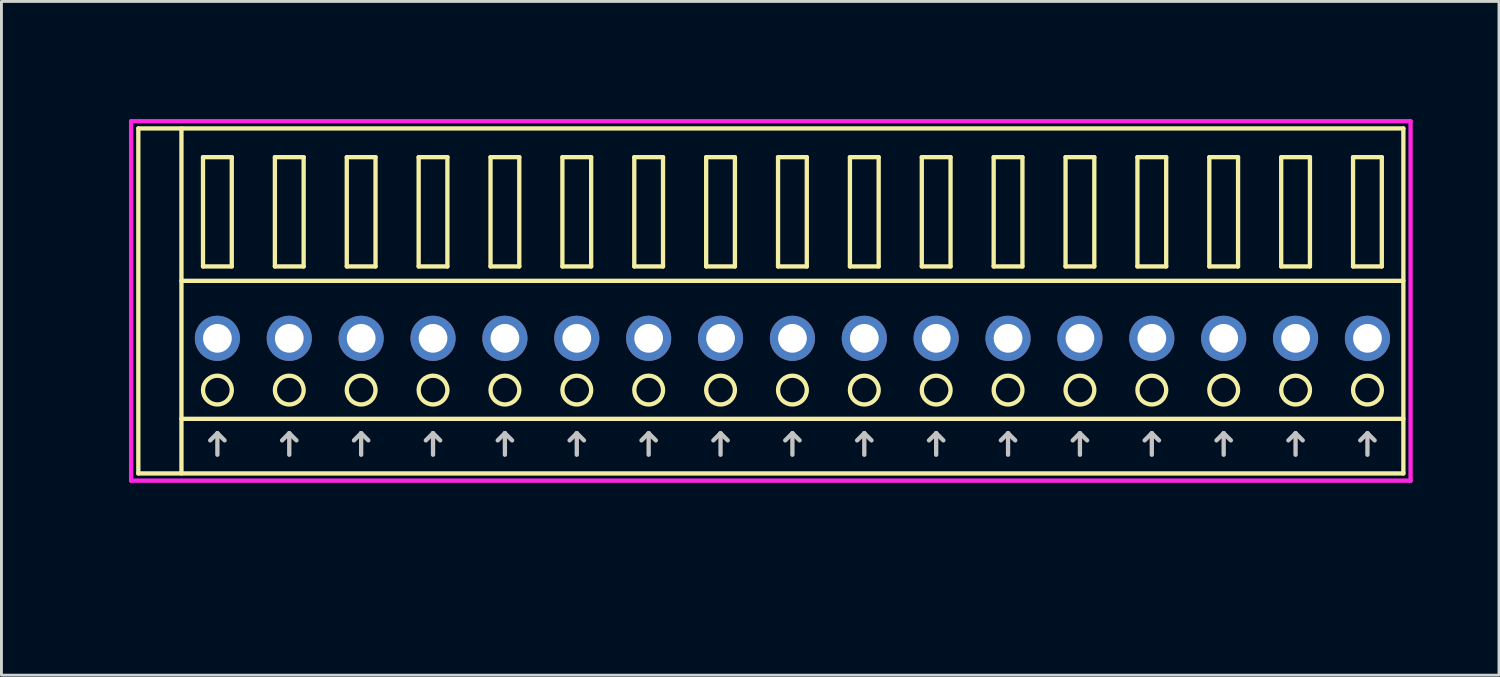
<source format=kicad_pcb>
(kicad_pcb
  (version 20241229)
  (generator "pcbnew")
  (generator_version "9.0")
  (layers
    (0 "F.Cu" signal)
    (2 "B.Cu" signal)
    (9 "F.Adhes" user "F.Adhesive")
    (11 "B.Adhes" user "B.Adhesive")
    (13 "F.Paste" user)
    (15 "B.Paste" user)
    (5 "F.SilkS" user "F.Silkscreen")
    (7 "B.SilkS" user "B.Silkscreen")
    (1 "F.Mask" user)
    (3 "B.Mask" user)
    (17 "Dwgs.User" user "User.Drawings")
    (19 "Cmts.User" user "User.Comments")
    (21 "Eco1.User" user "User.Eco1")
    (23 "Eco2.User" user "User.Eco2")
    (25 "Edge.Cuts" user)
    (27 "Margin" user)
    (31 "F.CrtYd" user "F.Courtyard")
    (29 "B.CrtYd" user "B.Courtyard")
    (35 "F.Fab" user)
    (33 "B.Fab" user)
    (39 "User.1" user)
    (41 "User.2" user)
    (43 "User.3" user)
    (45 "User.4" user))
  (footprint "COMBICON_HDR250P17"
    (layer "F.Cu")
    (at 24.511 8.717)
    (property "Reference" "COMBICON_HDR250P17" (at -23.75 0 90) (layer "User.1") (effects (font (size 1 1) (thickness 0.1))))
    (attr through_hole)
    (fp_line (start -22.75 -7.3) (end -22.75 4.7) (stroke (width 0.15) (type solid)) (layer "F.SilkS"))
    (fp_line (start -22.75 4.7) (end 21.25 4.7) (stroke (width 0.15) (type solid)) (layer "F.SilkS"))
    (fp_line (start -21.25 -2) (end 21.25 -2) (stroke (width 0.15) (type solid)) (layer "F.SilkS"))
    (fp_line (start -21.25 2.8) (end 21.25 2.8) (stroke (width 0.15) (type solid)) (layer "F.SilkS"))
    (fp_line (start -21.25 4.7) (end -21.25 -7.3) (stroke (width 0.15) (type solid)) (layer "F.SilkS"))
    (fp_line (start -20.5 -6.3) (end -20.5 -2.5) (stroke (width 0.15) (type solid)) (layer "F.SilkS"))
    (fp_line (start -20.5 -2.5) (end -19.5 -2.5) (stroke (width 0.15) (type solid)) (layer "F.SilkS"))
    (fp_line (start -19.5 -6.3) (end -20.5 -6.3) (stroke (width 0.15) (type solid)) (layer "F.SilkS"))
    (fp_line (start -19.5 -2.5) (end -19.5 -6.3) (stroke (width 0.15) (type solid)) (layer "F.SilkS"))
    (fp_line (start -18 -6.3) (end -18 -2.5) (stroke (width 0.15) (type solid)) (layer "F.SilkS"))
    (fp_line (start -18 -2.5) (end -17 -2.5) (stroke (width 0.15) (type solid)) (layer "F.SilkS"))
    (fp_line (start -17 -6.3) (end -18 -6.3) (stroke (width 0.15) (type solid)) (layer "F.SilkS"))
    (fp_line (start -17 -2.5) (end -17 -6.3) (stroke (width 0.15) (type solid)) (layer "F.SilkS"))
    (fp_line (start -15.5 -6.3) (end -15.5 -2.5) (stroke (width 0.15) (type solid)) (layer "F.SilkS"))
    (fp_line (start -15.5 -2.5) (end -14.5 -2.5) (stroke (width 0.15) (type solid)) (layer "F.SilkS"))
    (fp_line (start -14.5 -6.3) (end -15.5 -6.3) (stroke (width 0.15) (type solid)) (layer "F.SilkS"))
    (fp_line (start -14.5 -2.5) (end -14.5 -6.3) (stroke (width 0.15) (type solid)) (layer "F.SilkS"))
    (fp_line (start -13 -6.3) (end -13 -2.5) (stroke (width 0.15) (type solid)) (layer "F.SilkS"))
    (fp_line (start -13 -2.5) (end -12 -2.5) (stroke (width 0.15) (type solid)) (layer "F.SilkS"))
    (fp_line (start -12 -6.3) (end -13 -6.3) (stroke (width 0.15) (type solid)) (layer "F.SilkS"))
    (fp_line (start -12 -2.5) (end -12 -6.3) (stroke (width 0.15) (type solid)) (layer "F.SilkS"))
    (fp_line (start -10.5 -6.3) (end -10.5 -2.5) (stroke (width 0.15) (type solid)) (layer "F.SilkS"))
    (fp_line (start -10.5 -2.5) (end -9.5 -2.5) (stroke (width 0.15) (type solid)) (layer "F.SilkS"))
    (fp_line (start -9.5 -6.3) (end -10.5 -6.3) (stroke (width 0.15) (type solid)) (layer "F.SilkS"))
    (fp_line (start -9.5 -2.5) (end -9.5 -6.3) (stroke (width 0.15) (type solid)) (layer "F.SilkS"))
    (fp_line (start -8 -6.3) (end -8 -2.5) (stroke (width 0.15) (type solid)) (layer "F.SilkS"))
    (fp_line (start -8 -2.5) (end -7 -2.5) (stroke (width 0.15) (type solid)) (layer "F.SilkS"))
    (fp_line (start -7 -6.3) (end -8 -6.3) (stroke (width 0.15) (type solid)) (layer "F.SilkS"))
    (fp_line (start -7 -2.5) (end -7 -6.3) (stroke (width 0.15) (type solid)) (layer "F.SilkS"))
    (fp_line (start -5.5 -6.3) (end -5.5 -2.5) (stroke (width 0.15) (type solid)) (layer "F.SilkS"))
    (fp_line (start -5.5 -2.5) (end -4.5 -2.5) (stroke (width 0.15) (type solid)) (layer "F.SilkS"))
    (fp_line (start -4.5 -6.3) (end -5.5 -6.3) (stroke (width 0.15) (type solid)) (layer "F.SilkS"))
    (fp_line (start -4.5 -2.5) (end -4.5 -6.3) (stroke (width 0.15) (type solid)) (layer "F.SilkS"))
    (fp_line (start -3 -6.3) (end -3 -2.5) (stroke (width 0.15) (type solid)) (layer "F.SilkS"))
    (fp_line (start -3 -2.5) (end -2 -2.5) (stroke (width 0.15) (type solid)) (layer "F.SilkS"))
    (fp_line (start -2 -6.3) (end -3 -6.3) (stroke (width 0.15) (type solid)) (layer "F.SilkS"))
    (fp_line (start -2 -2.5) (end -2 -6.3) (stroke (width 0.15) (type solid)) (layer "F.SilkS"))
    (fp_line (start -0.5 -6.3) (end -0.5 -2.5) (stroke (width 0.15) (type solid)) (layer "F.SilkS"))
    (fp_line (start -0.5 -2.5) (end 0.5 -2.5) (stroke (width 0.15) (type solid)) (layer "F.SilkS"))
    (fp_line (start 0.5 -6.3) (end -0.5 -6.3) (stroke (width 0.15) (type solid)) (layer "F.SilkS"))
    (fp_line (start 0.5 -2.5) (end 0.5 -6.3) (stroke (width 0.15) (type solid)) (layer "F.SilkS"))
    (fp_line (start 2 -6.3) (end 2 -2.5) (stroke (width 0.15) (type solid)) (layer "F.SilkS"))
    (fp_line (start 2 -2.5) (end 3 -2.5) (stroke (width 0.15) (type solid)) (layer "F.SilkS"))
    (fp_line (start 3 -6.3) (end 2 -6.3) (stroke (width 0.15) (type solid)) (layer "F.SilkS"))
    (fp_line (start 3 -2.5) (end 3 -6.3) (stroke (width 0.15) (type solid)) (layer "F.SilkS"))
    (fp_line (start 4.5 -6.3) (end 4.5 -2.5) (stroke (width 0.15) (type solid)) (layer "F.SilkS"))
    (fp_line (start 4.5 -2.5) (end 5.5 -2.5) (stroke (width 0.15) (type solid)) (layer "F.SilkS"))
    (fp_line (start 5.5 -6.3) (end 4.5 -6.3) (stroke (width 0.15) (type solid)) (layer "F.SilkS"))
    (fp_line (start 5.5 -2.5) (end 5.5 -6.3) (stroke (width 0.15) (type solid)) (layer "F.SilkS"))
    (fp_line (start 7 -6.3) (end 7 -2.5) (stroke (width 0.15) (type solid)) (layer "F.SilkS"))
    (fp_line (start 7 -2.5) (end 8 -2.5) (stroke (width 0.15) (type solid)) (layer "F.SilkS"))
    (fp_line (start 8 -6.3) (end 7 -6.3) (stroke (width 0.15) (type solid)) (layer "F.SilkS"))
    (fp_line (start 8 -2.5) (end 8 -6.3) (stroke (width 0.15) (type solid)) (layer "F.SilkS"))
    (fp_line (start 9.5 -6.3) (end 9.5 -2.5) (stroke (width 0.15) (type solid)) (layer "F.SilkS"))
    (fp_line (start 9.5 -2.5) (end 10.5 -2.5) (stroke (width 0.15) (type solid)) (layer "F.SilkS"))
    (fp_line (start 10.5 -6.3) (end 9.5 -6.3) (stroke (width 0.15) (type solid)) (layer "F.SilkS"))
    (fp_line (start 10.5 -2.5) (end 10.5 -6.3) (stroke (width 0.15) (type solid)) (layer "F.SilkS"))
    (fp_line (start 12 -6.3) (end 12 -2.5) (stroke (width 0.15) (type solid)) (layer "F.SilkS"))
    (fp_line (start 12 -2.5) (end 13 -2.5) (stroke (width 0.15) (type solid)) (layer "F.SilkS"))
    (fp_line (start 13 -6.3) (end 12 -6.3) (stroke (width 0.15) (type solid)) (layer "F.SilkS"))
    (fp_line (start 13 -2.5) (end 13 -6.3) (stroke (width 0.15) (type solid)) (layer "F.SilkS"))
    (fp_line (start 14.5 -6.3) (end 14.5 -2.5) (stroke (width 0.15) (type solid)) (layer "F.SilkS"))
    (fp_line (start 14.5 -2.5) (end 15.5 -2.5) (stroke (width 0.15) (type solid)) (layer "F.SilkS"))
    (fp_line (start 15.5 -6.3) (end 14.5 -6.3) (stroke (width 0.15) (type solid)) (layer "F.SilkS"))
    (fp_line (start 15.5 -2.5) (end 15.5 -6.3) (stroke (width 0.15) (type solid)) (layer "F.SilkS"))
    (fp_line (start 17 -6.3) (end 17 -2.5) (stroke (width 0.15) (type solid)) (layer "F.SilkS"))
    (fp_line (start 17 -2.5) (end 18 -2.5) (stroke (width 0.15) (type solid)) (layer "F.SilkS"))
    (fp_line (start 18 -6.3) (end 17 -6.3) (stroke (width 0.15) (type solid)) (layer "F.SilkS"))
    (fp_line (start 18 -2.5) (end 18 -6.3) (stroke (width 0.15) (type solid)) (layer "F.SilkS"))
    (fp_line (start 19.5 -6.3) (end 19.5 -2.5) (stroke (width 0.15) (type solid)) (layer "F.SilkS"))
    (fp_line (start 19.5 -2.5) (end 20.5 -2.5) (stroke (width 0.15) (type solid)) (layer "F.SilkS"))
    (fp_line (start 20.5 -6.3) (end 19.5 -6.3) (stroke (width 0.15) (type solid)) (layer "F.SilkS"))
    (fp_line (start 20.5 -2.5) (end 20.5 -6.3) (stroke (width 0.15) (type solid)) (layer "F.SilkS"))
    (fp_line (start 21.25 -7.3) (end -22.75 -7.3) (stroke (width 0.15) (type solid)) (layer "F.SilkS"))
    (fp_line (start 21.25 4.7) (end 21.25 -7.3) (stroke (width 0.15) (type solid)) (layer "F.SilkS"))
    (fp_circle (center -20 1.8) (end -19.5 1.8) (stroke (width 0.15) (type solid)) (fill no) (layer "F.SilkS"))
    (fp_circle (center -17.5 1.8) (end -17 1.8) (stroke (width 0.15) (type solid)) (fill no) (layer "F.SilkS"))
    (fp_circle (center -15 1.8) (end -14.5 1.8) (stroke (width 0.15) (type solid)) (fill no) (layer "F.SilkS"))
    (fp_circle (center -12.5 1.8) (end -12 1.8) (stroke (width 0.15) (type solid)) (fill no) (layer "F.SilkS"))
    (fp_circle (center -10 1.8) (end -9.5 1.8) (stroke (width 0.15) (type solid)) (fill no) (layer "F.SilkS"))
    (fp_circle (center -7.5 1.8) (end -7 1.8) (stroke (width 0.15) (type solid)) (fill no) (layer "F.SilkS"))
    (fp_circle (center -5 1.8) (end -4.5 1.8) (stroke (width 0.15) (type solid)) (fill no) (layer "F.SilkS"))
    (fp_circle (center -2.5 1.8) (end -2 1.8) (stroke (width 0.15) (type solid)) (fill no) (layer "F.SilkS"))
    (fp_circle (center 0 1.8) (end 0.5 1.8) (stroke (width 0.15) (type solid)) (fill no) (layer "F.SilkS"))
    (fp_circle (center 2.5 1.8) (end 3 1.8) (stroke (width 0.15) (type solid)) (fill no) (layer "F.SilkS"))
    (fp_circle (center 5 1.8) (end 5.5 1.8) (stroke (width 0.15) (type solid)) (fill no) (layer "F.SilkS"))
    (fp_circle (center 7.5 1.8) (end 8 1.8) (stroke (width 0.15) (type solid)) (fill no) (layer "F.SilkS"))
    (fp_circle (center 10 1.8) (end 10.5 1.8) (stroke (width 0.15) (type solid)) (fill no) (layer "F.SilkS"))
    (fp_circle (center 12.5 1.8) (end 13 1.8) (stroke (width 0.15) (type solid)) (fill no) (layer "F.SilkS"))
    (fp_circle (center 15 1.8) (end 15.5 1.8) (stroke (width 0.15) (type solid)) (fill no) (layer "F.SilkS"))
    (fp_circle (center 17.5 1.8) (end 18 1.8) (stroke (width 0.15) (type solid)) (fill no) (layer "F.SilkS"))
    (fp_circle (center 20 1.8) (end 20.5 1.8) (stroke (width 0.15) (type solid)) (fill no) (layer "F.SilkS"))
    (fp_line (start -20.25 3.55) (end -20 3.3) (stroke (width 0.15) (type solid)) (layer "Dwgs.User"))
    (fp_line (start -20 4.05) (end -20 3.3) (stroke (width 0.15) (type solid)) (layer "Dwgs.User"))
    (fp_line (start -19.75 3.55) (end -20 3.3) (stroke (width 0.15) (type solid)) (layer "Dwgs.User"))
    (fp_line (start -17.75 3.55) (end -17.5 3.3) (stroke (width 0.15) (type solid)) (layer "Dwgs.User"))
    (fp_line (start -17.5 4.05) (end -17.5 3.3) (stroke (width 0.15) (type solid)) (layer "Dwgs.User"))
    (fp_line (start -17.25 3.55) (end -17.5 3.3) (stroke (width 0.15) (type solid)) (layer "Dwgs.User"))
    (fp_line (start -15.25 3.55) (end -15 3.3) (stroke (width 0.15) (type solid)) (layer "Dwgs.User"))
    (fp_line (start -15 4.05) (end -15 3.3) (stroke (width 0.15) (type solid)) (layer "Dwgs.User"))
    (fp_line (start -14.75 3.55) (end -15 3.3) (stroke (width 0.15) (type solid)) (layer "Dwgs.User"))
    (fp_line (start -12.75 3.55) (end -12.5 3.3) (stroke (width 0.15) (type solid)) (layer "Dwgs.User"))
    (fp_line (start -12.5 4.05) (end -12.5 3.3) (stroke (width 0.15) (type solid)) (layer "Dwgs.User"))
    (fp_line (start -12.25 3.55) (end -12.5 3.3) (stroke (width 0.15) (type solid)) (layer "Dwgs.User"))
    (fp_line (start -10.25 3.55) (end -10 3.3) (stroke (width 0.15) (type solid)) (layer "Dwgs.User"))
    (fp_line (start -10 4.05) (end -10 3.3) (stroke (width 0.15) (type solid)) (layer "Dwgs.User"))
    (fp_line (start -9.75 3.55) (end -10 3.3) (stroke (width 0.15) (type solid)) (layer "Dwgs.User"))
    (fp_line (start -7.75 3.55) (end -7.5 3.3) (stroke (width 0.15) (type solid)) (layer "Dwgs.User"))
    (fp_line (start -7.5 4.05) (end -7.5 3.3) (stroke (width 0.15) (type solid)) (layer "Dwgs.User"))
    (fp_line (start -7.25 3.55) (end -7.5 3.3) (stroke (width 0.15) (type solid)) (layer "Dwgs.User"))
    (fp_line (start -5.25 3.55) (end -5 3.3) (stroke (width 0.15) (type solid)) (layer "Dwgs.User"))
    (fp_line (start -5 4.05) (end -5 3.3) (stroke (width 0.15) (type solid)) (layer "Dwgs.User"))
    (fp_line (start -4.75 3.55) (end -5 3.3) (stroke (width 0.15) (type solid)) (layer "Dwgs.User"))
    (fp_line (start -2.75 3.55) (end -2.5 3.3) (stroke (width 0.15) (type solid)) (layer "Dwgs.User"))
    (fp_line (start -2.5 4.05) (end -2.5 3.3) (stroke (width 0.15) (type solid)) (layer "Dwgs.User"))
    (fp_line (start -2.25 3.55) (end -2.5 3.3) (stroke (width 0.15) (type solid)) (layer "Dwgs.User"))
    (fp_line (start -0.25 3.55) (end 0 3.3) (stroke (width 0.15) (type solid)) (layer "Dwgs.User"))
    (fp_line (start 0 4.05) (end 0 3.3) (stroke (width 0.15) (type solid)) (layer "Dwgs.User"))
    (fp_line (start 0.25 3.55) (end 0 3.3) (stroke (width 0.15) (type solid)) (layer "Dwgs.User"))
    (fp_line (start 2.25 3.55) (end 2.5 3.3) (stroke (width 0.15) (type solid)) (layer "Dwgs.User"))
    (fp_line (start 2.5 4.05) (end 2.5 3.3) (stroke (width 0.15) (type solid)) (layer "Dwgs.User"))
    (fp_line (start 2.75 3.55) (end 2.5 3.3) (stroke (width 0.15) (type solid)) (layer "Dwgs.User"))
    (fp_line (start 4.75 3.55) (end 5 3.3) (stroke (width 0.15) (type solid)) (layer "Dwgs.User"))
    (fp_line (start 5 4.05) (end 5 3.3) (stroke (width 0.15) (type solid)) (layer "Dwgs.User"))
    (fp_line (start 5.25 3.55) (end 5 3.3) (stroke (width 0.15) (type solid)) (layer "Dwgs.User"))
    (fp_line (start 7.25 3.55) (end 7.5 3.3) (stroke (width 0.15) (type solid)) (layer "Dwgs.User"))
    (fp_line (start 7.5 4.05) (end 7.5 3.3) (stroke (width 0.15) (type solid)) (layer "Dwgs.User"))
    (fp_line (start 7.75 3.55) (end 7.5 3.3) (stroke (width 0.15) (type solid)) (layer "Dwgs.User"))
    (fp_line (start 9.75 3.55) (end 10 3.3) (stroke (width 0.15) (type solid)) (layer "Dwgs.User"))
    (fp_line (start 10 4.05) (end 10 3.3) (stroke (width 0.15) (type solid)) (layer "Dwgs.User"))
    (fp_line (start 10.25 3.55) (end 10 3.3) (stroke (width 0.15) (type solid)) (layer "Dwgs.User"))
    (fp_line (start 12.25 3.55) (end 12.5 3.3) (stroke (width 0.15) (type solid)) (layer "Dwgs.User"))
    (fp_line (start 12.5 4.05) (end 12.5 3.3) (stroke (width 0.15) (type solid)) (layer "Dwgs.User"))
    (fp_line (start 12.75 3.55) (end 12.5 3.3) (stroke (width 0.15) (type solid)) (layer "Dwgs.User"))
    (fp_line (start 14.75 3.55) (end 15 3.3) (stroke (width 0.15) (type solid)) (layer "Dwgs.User"))
    (fp_line (start 15 4.05) (end 15 3.3) (stroke (width 0.15) (type solid)) (layer "Dwgs.User"))
    (fp_line (start 15.25 3.55) (end 15 3.3) (stroke (width 0.15) (type solid)) (layer "Dwgs.User"))
    (fp_line (start 17.25 3.55) (end 17.5 3.3) (stroke (width 0.15) (type solid)) (layer "Dwgs.User"))
    (fp_line (start 17.5 4.05) (end 17.5 3.3) (stroke (width 0.15) (type solid)) (layer "Dwgs.User"))
    (fp_line (start 17.75 3.55) (end 17.5 3.3) (stroke (width 0.15) (type solid)) (layer "Dwgs.User"))
    (fp_line (start 19.75 3.55) (end 20 3.3) (stroke (width 0.15) (type solid)) (layer "Dwgs.User"))
    (fp_line (start 20 4.05) (end 20 3.3) (stroke (width 0.15) (type solid)) (layer "Dwgs.User"))
    (fp_line (start 20.25 3.55) (end 20 3.3) (stroke (width 0.15) (type solid)) (layer "Dwgs.User"))
    (fp_line (start -23 -7.55) (end -23 4.95) (stroke (width 0.15) (type solid)) (layer "F.CrtYd"))
    (fp_line (start -23 4.95) (end 21.5 4.95) (stroke (width 0.15) (type solid)) (layer "F.CrtYd"))
    (fp_line (start 21.5 -7.55) (end -23 -7.55) (stroke (width 0.15) (type solid)) (layer "F.CrtYd"))
    (fp_line (start 21.5 4.95) (end 21.5 -7.55) (stroke (width 0.15) (type solid)) (layer "F.CrtYd"))
    (pad "1" thru_hole oval (at -20 0) (size 1.57 1.57) (drill 1) (layers "*.Cu" "*.Mask"))
    (pad "2" thru_hole oval (at -17.5 0) (size 1.57 1.57) (drill 1) (layers "*.Cu" "*.Mask"))
    (pad "3" thru_hole oval (at -15 0) (size 1.57 1.57) (drill 1) (layers "*.Cu" "*.Mask"))
    (pad "4" thru_hole oval (at -12.5 0) (size 1.57 1.57) (drill 1) (layers "*.Cu" "*.Mask"))
    (pad "5" thru_hole oval (at -10 0) (size 1.57 1.57) (drill 1) (layers "*.Cu" "*.Mask"))
    (pad "6" thru_hole oval (at -7.5 0) (size 1.57 1.57) (drill 1) (layers "*.Cu" "*.Mask"))
    (pad "7" thru_hole oval (at -5 0) (size 1.57 1.57) (drill 1) (layers "*.Cu" "*.Mask"))
    (pad "8" thru_hole oval (at -2.5 0) (size 1.57 1.57) (drill 1) (layers "*.Cu" "*.Mask"))
    (pad "9" thru_hole oval (at 0 0) (size 1.57 1.57) (drill 1) (layers "*.Cu" "*.Mask"))
    (pad "10" thru_hole oval (at 2.5 0) (size 1.57 1.57) (drill 1) (layers "*.Cu" "*.Mask"))
    (pad "11" thru_hole oval (at 5 0) (size 1.57 1.57) (drill 1) (layers "*.Cu" "*.Mask"))
    (pad "12" thru_hole oval (at 7.5 0) (size 1.57 1.57) (drill 1) (layers "*.Cu" "*.Mask"))
    (pad "13" thru_hole oval (at 10 0) (size 1.57 1.57) (drill 1) (layers "*.Cu" "*.Mask"))
    (pad "14" thru_hole oval (at 12.5 0) (size 1.57 1.57) (drill 1) (layers "*.Cu" "*.Mask"))
    (pad "15" thru_hole oval (at 15 0) (size 1.57 1.57) (drill 1) (layers "*.Cu" "*.Mask"))
    (pad "16" thru_hole oval (at 17.5 0) (size 1.57 1.57) (drill 1) (layers "*.Cu" "*.Mask"))
    (pad "17" thru_hole oval (at 20 0) (size 1.57 1.57) (drill 1) (layers "*.Cu" "*.Mask")))
  (gr_rect
    (start -3 -3)
    (end 49.086 20.433)
    (stroke (width 0.1) (type default))
    (fill no)
    (layer "Edge.Cuts")))
</source>
